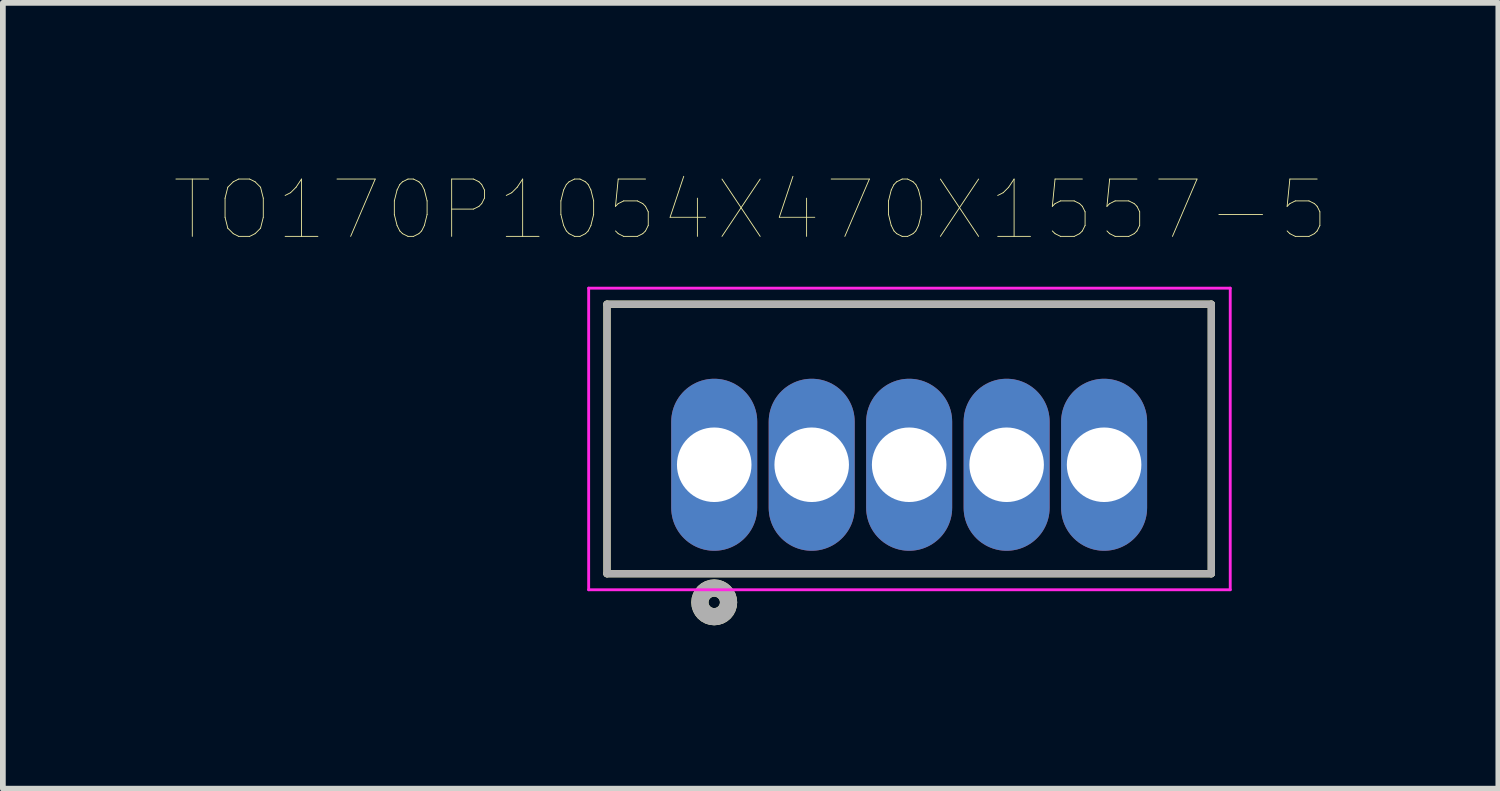
<source format=kicad_pcb>
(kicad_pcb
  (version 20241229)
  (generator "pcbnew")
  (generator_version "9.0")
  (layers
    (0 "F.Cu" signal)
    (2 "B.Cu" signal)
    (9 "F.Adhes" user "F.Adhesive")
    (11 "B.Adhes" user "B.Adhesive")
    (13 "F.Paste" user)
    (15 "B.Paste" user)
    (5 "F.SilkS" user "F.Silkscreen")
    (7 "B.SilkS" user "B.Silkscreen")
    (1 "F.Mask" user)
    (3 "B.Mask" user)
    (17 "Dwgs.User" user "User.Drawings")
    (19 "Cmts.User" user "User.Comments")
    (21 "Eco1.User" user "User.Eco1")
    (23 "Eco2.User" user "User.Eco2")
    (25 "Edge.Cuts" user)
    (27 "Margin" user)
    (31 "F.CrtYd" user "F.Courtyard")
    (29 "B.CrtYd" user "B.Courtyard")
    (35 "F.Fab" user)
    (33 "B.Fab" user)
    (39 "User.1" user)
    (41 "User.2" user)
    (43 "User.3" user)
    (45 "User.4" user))
  (footprint "TO170P1054X470X1557-5"
    (layer "F.Cu")
    (at 9.407 5.056)
    (property "Reference" "TO170P1054X470X1557-5" (at 0.635 -4.445 0) (layer "F.SilkS") (effects (font (size 1 1) (thickness 0.015))))
    (attr through_hole)
    (fp_line (start -1.87 -2.8) (end 8.67 -2.8) (stroke (width 0.127) (type solid)) (layer "F.SilkS"))
    (fp_line (start -1.87 1.9) (end -1.87 -2.8) (stroke (width 0.127) (type solid)) (layer "F.SilkS"))
    (fp_line (start 8.67 -2.8) (end 8.67 1.9) (stroke (width 0.127) (type solid)) (layer "F.SilkS"))
    (fp_line (start 8.67 1.9) (end -1.87 1.9) (stroke (width 0.127) (type solid)) (layer "F.SilkS"))
    (fp_circle (center 0 2.4) (end 0.1 2.4) (stroke (width 0.3) (type solid)) (fill no) (layer "F.SilkS"))
    (fp_line (start -2.19 -3.08) (end 9 -3.08) (stroke (width 0.05) (type solid)) (layer "F.CrtYd"))
    (fp_line (start -2.19 2.18) (end -2.19 -3.08) (stroke (width 0.05) (type solid)) (layer "F.CrtYd"))
    (fp_line (start 9 -3.08) (end 9 2.18) (stroke (width 0.05) (type solid)) (layer "F.CrtYd"))
    (fp_line (start 9 2.18) (end -2.19 2.18) (stroke (width 0.05) (type solid)) (layer "F.CrtYd"))
    (fp_line (start -1.87 -2.8) (end 8.67 -2.8) (stroke (width 0.127) (type solid)) (layer "F.Fab"))
    (fp_line (start -1.87 1.9) (end -1.87 -2.8) (stroke (width 0.127) (type solid)) (layer "F.Fab"))
    (fp_line (start 8.67 -2.8) (end 8.67 1.9) (stroke (width 0.127) (type solid)) (layer "F.Fab"))
    (fp_line (start 8.67 1.9) (end -1.87 1.9) (stroke (width 0.127) (type solid)) (layer "F.Fab"))
    (fp_circle (center 0 2.4) (end 0.1 2.4) (stroke (width 0.3) (type solid)) (fill no) (layer "F.Fab"))
    (pad "1" thru_hole oval (at 0 0) (size 1.5 3) (drill 1.3) (layers "*.Cu" "*.Mask"))
    (pad "2" thru_hole oval (at 1.7 0) (size 1.5 3) (drill 1.3) (layers "*.Cu" "*.Mask"))
    (pad "3" thru_hole oval (at 3.4 0) (size 1.5 3) (drill 1.3) (layers "*.Cu" "*.Mask"))
    (pad "4" thru_hole oval (at 5.1 0) (size 1.5 3) (drill 1.3) (layers "*.Cu" "*.Mask"))
    (pad "5" thru_hole oval (at 6.8 0) (size 1.5 3) (drill 1.3) (layers "*.Cu" "*.Mask")))
  (gr_rect
    (start -3 -3)
    (end 23.083 10.706)
    (stroke (width 0.1) (type default))
    (fill no)
    (layer "Edge.Cuts")))
</source>
